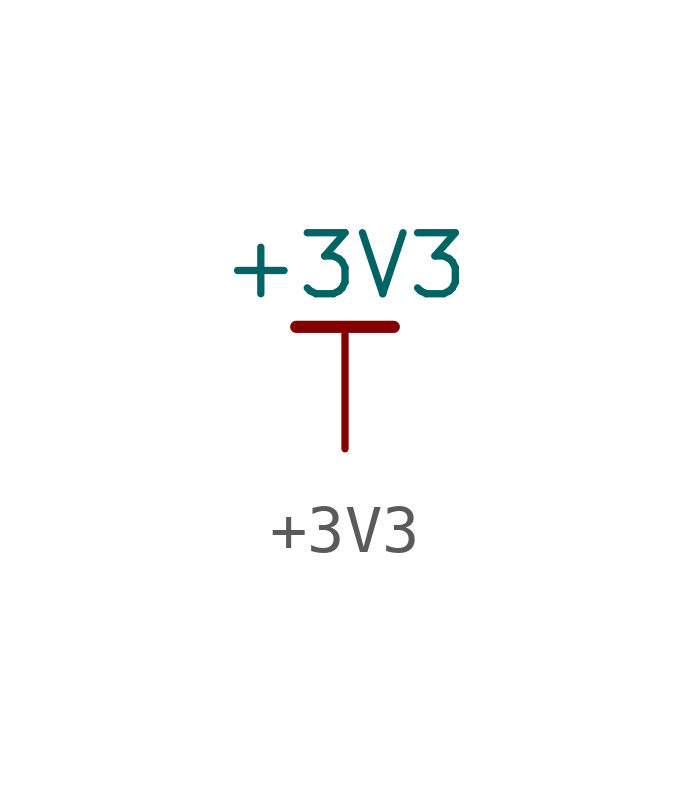
<source format=kicad_sym>
(kicad_symbol_lib
  (version 20211014)
  (generator kicad_symbol_editor)
  (symbol "+3V3"
    (power)
    (pin_numbers hide)
    (pin_names
      (offset 0) hide)
    (property "Reference" "#PWR"
      (at 0 -1.905 0)
      (effects (font (size 1.27 1.27)) hide))
    (property "Value" "+3V3"
      (at 0 3.81 0)
      (effects (font (size 1.27 1.27))))
    (symbol "+3V3_0_1"
      (polyline (pts (xy -1.016 2.54) (xy 1.016 2.54)) (stroke (width 0.254) (type default) (color 0 0 0 0)) (fill (type none)))
      (polyline (pts (xy 0 2.54) (xy 0 0)) (stroke (width 0.152) (type default) (color 0 0 0 0)) (fill (type none))))
    (symbol "+3V3_1_1"
      (pin power_in line (at 0 0 90) (length 0) hide (name "+3V3" (effects (font (size 0.635 0.635)))) (number "1" (effects (font (size 0.635 0.635))))))))
</source>
